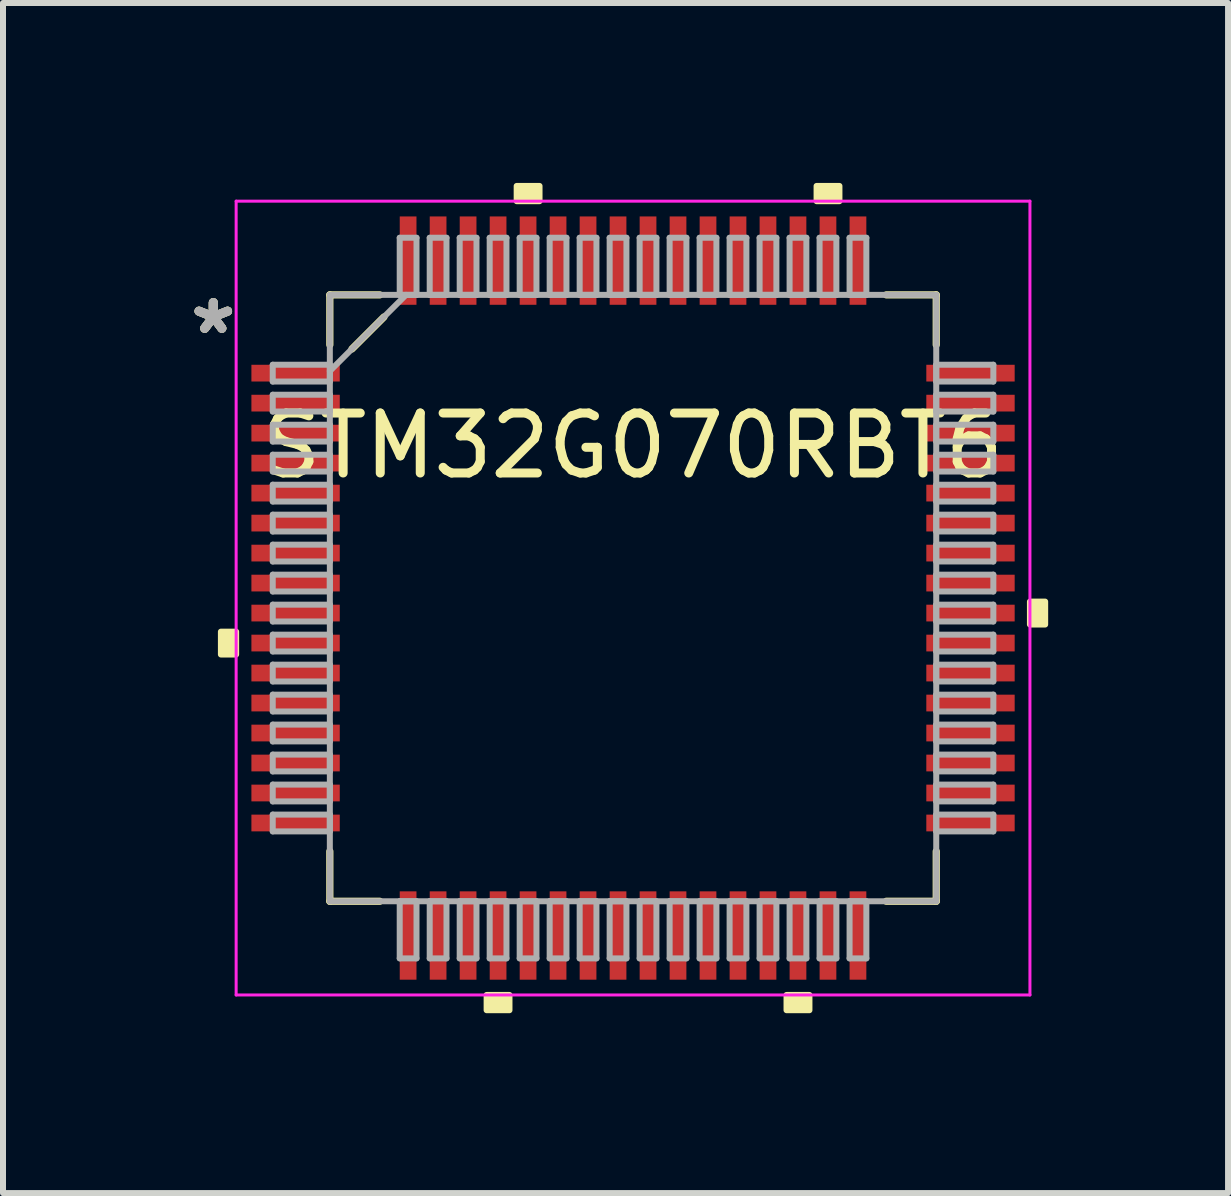
<source format=kicad_pcb>
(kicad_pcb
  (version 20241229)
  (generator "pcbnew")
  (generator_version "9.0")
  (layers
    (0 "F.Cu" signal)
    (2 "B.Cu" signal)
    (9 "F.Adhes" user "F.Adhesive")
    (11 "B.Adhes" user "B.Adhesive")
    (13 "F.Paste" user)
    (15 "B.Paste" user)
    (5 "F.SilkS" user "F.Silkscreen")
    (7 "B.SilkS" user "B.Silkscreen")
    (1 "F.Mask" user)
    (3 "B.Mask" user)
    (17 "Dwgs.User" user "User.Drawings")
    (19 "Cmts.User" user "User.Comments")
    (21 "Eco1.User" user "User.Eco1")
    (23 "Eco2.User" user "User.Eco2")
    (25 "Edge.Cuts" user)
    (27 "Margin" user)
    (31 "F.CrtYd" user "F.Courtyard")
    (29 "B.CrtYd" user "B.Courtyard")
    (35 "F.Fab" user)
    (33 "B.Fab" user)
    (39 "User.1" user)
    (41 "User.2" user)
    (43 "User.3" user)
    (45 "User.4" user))
  (footprint "STM32G070RBT6"
    (layer "F.Cu")
    (at 7.504 6.921)
    (property "Reference" "STM32G070RBT6" (at 0 -2.54 0) (layer "F.SilkS") (effects (font (size 1 1) (thickness 0.15))))
    (attr through_hole)
    (fp_line (start -5.055 -5.055) (end -5.055 -4.222) (stroke (width 0.12) (type solid)) (layer "F.SilkS"))
    (fp_line (start -5.055 4.222) (end -5.055 5.055) (stroke (width 0.12) (type solid)) (layer "F.SilkS"))
    (fp_line (start -5.055 5.055) (end -4.222 5.055) (stroke (width 0.12) (type solid)) (layer "F.SilkS"))
    (fp_line (start -4.686 -4.153) (end -4.153 -4.686) (stroke (width 0.12) (type solid)) (layer "F.SilkS"))
    (fp_line (start -4.222 -5.055) (end -5.055 -5.055) (stroke (width 0.12) (type solid)) (layer "F.SilkS"))
    (fp_line (start 4.222 5.055) (end 5.055 5.055) (stroke (width 0.12) (type solid)) (layer "F.SilkS"))
    (fp_line (start 5.055 -5.055) (end 4.222 -5.055) (stroke (width 0.12) (type solid)) (layer "F.SilkS"))
    (fp_line (start 5.055 -4.222) (end 5.055 -5.055) (stroke (width 0.12) (type solid)) (layer "F.SilkS"))
    (fp_line (start 5.055 5.055) (end 5.055 4.222) (stroke (width 0.12) (type solid)) (layer "F.SilkS"))
    (fp_poly (pts (xy -6.871 0.56) (xy -6.871 0.941) (xy -6.617 0.941) (xy -6.617 0.56)) (stroke (width 0.1) (type solid)) (fill yes) (layer "F.SilkS"))
    (fp_poly (pts (xy -2.441 6.617) (xy -2.441 6.871) (xy -2.06 6.871) (xy -2.06 6.617)) (stroke (width 0.1) (type solid)) (fill yes) (layer "F.SilkS"))
    (fp_poly (pts (xy -1.94 -6.617) (xy -1.94 -6.871) (xy -1.559 -6.871) (xy -1.559 -6.617)) (stroke (width 0.1) (type solid)) (fill yes) (layer "F.SilkS"))
    (fp_poly (pts (xy 2.559 6.617) (xy 2.559 6.871) (xy 2.941 6.871) (xy 2.941 6.617)) (stroke (width 0.1) (type solid)) (fill yes) (layer "F.SilkS"))
    (fp_poly (pts (xy 3.06 -6.617) (xy 3.06 -6.871) (xy 3.441 -6.871) (xy 3.441 -6.617)) (stroke (width 0.1) (type solid)) (fill yes) (layer "F.SilkS"))
    (fp_poly (pts (xy 6.871 0.059) (xy 6.871 0.441) (xy 6.617 0.441) (xy 6.617 0.059)) (stroke (width 0.1) (type solid)) (fill yes) (layer "F.SilkS"))
    (fp_line (start -6.617 -6.617) (end 6.617 -6.617) (stroke (width 0.05) (type solid)) (layer "F.CrtYd"))
    (fp_line (start -6.617 6.617) (end -6.617 -6.617) (stroke (width 0.05) (type solid)) (layer "F.CrtYd"))
    (fp_line (start 6.617 -6.617) (end 6.617 6.617) (stroke (width 0.05) (type solid)) (layer "F.CrtYd"))
    (fp_line (start 6.617 6.617) (end -6.617 6.617) (stroke (width 0.05) (type solid)) (layer "F.CrtYd"))
    (fp_line (start -6.007 -3.89) (end -6.007 -3.61) (stroke (width 0.1) (type solid)) (layer "F.Fab"))
    (fp_line (start -6.007 -3.61) (end -5.055 -3.61) (stroke (width 0.1) (type solid)) (layer "F.Fab"))
    (fp_line (start -6.007 -3.39) (end -6.007 -3.11) (stroke (width 0.1) (type solid)) (layer "F.Fab"))
    (fp_line (start -6.007 -3.11) (end -5.055 -3.11) (stroke (width 0.1) (type solid)) (layer "F.Fab"))
    (fp_line (start -6.007 -2.89) (end -6.007 -2.61) (stroke (width 0.1) (type solid)) (layer "F.Fab"))
    (fp_line (start -6.007 -2.61) (end -5.055 -2.61) (stroke (width 0.1) (type solid)) (layer "F.Fab"))
    (fp_line (start -6.007 -2.39) (end -6.007 -2.11) (stroke (width 0.1) (type solid)) (layer "F.Fab"))
    (fp_line (start -6.007 -2.11) (end -5.055 -2.11) (stroke (width 0.1) (type solid)) (layer "F.Fab"))
    (fp_line (start -6.007 -1.89) (end -6.007 -1.61) (stroke (width 0.1) (type solid)) (layer "F.Fab"))
    (fp_line (start -6.007 -1.61) (end -5.055 -1.61) (stroke (width 0.1) (type solid)) (layer "F.Fab"))
    (fp_line (start -6.007 -1.39) (end -6.007 -1.11) (stroke (width 0.1) (type solid)) (layer "F.Fab"))
    (fp_line (start -6.007 -1.11) (end -5.055 -1.11) (stroke (width 0.1) (type solid)) (layer "F.Fab"))
    (fp_line (start -6.007 -0.89) (end -6.007 -0.61) (stroke (width 0.1) (type solid)) (layer "F.Fab"))
    (fp_line (start -6.007 -0.61) (end -5.055 -0.61) (stroke (width 0.1) (type solid)) (layer "F.Fab"))
    (fp_line (start -6.007 -0.39) (end -6.007 -0.11) (stroke (width 0.1) (type solid)) (layer "F.Fab"))
    (fp_line (start -6.007 -0.11) (end -5.055 -0.11) (stroke (width 0.1) (type solid)) (layer "F.Fab"))
    (fp_line (start -6.007 0.11) (end -6.007 0.39) (stroke (width 0.1) (type solid)) (layer "F.Fab"))
    (fp_line (start -6.007 0.39) (end -5.055 0.39) (stroke (width 0.1) (type solid)) (layer "F.Fab"))
    (fp_line (start -6.007 0.61) (end -6.007 0.89) (stroke (width 0.1) (type solid)) (layer "F.Fab"))
    (fp_line (start -6.007 0.89) (end -5.055 0.89) (stroke (width 0.1) (type solid)) (layer "F.Fab"))
    (fp_line (start -6.007 1.11) (end -6.007 1.39) (stroke (width 0.1) (type solid)) (layer "F.Fab"))
    (fp_line (start -6.007 1.39) (end -5.055 1.39) (stroke (width 0.1) (type solid)) (layer "F.Fab"))
    (fp_line (start -6.007 1.61) (end -6.007 1.89) (stroke (width 0.1) (type solid)) (layer "F.Fab"))
    (fp_line (start -6.007 1.89) (end -5.055 1.89) (stroke (width 0.1) (type solid)) (layer "F.Fab"))
    (fp_line (start -6.007 2.11) (end -6.007 2.39) (stroke (width 0.1) (type solid)) (layer "F.Fab"))
    (fp_line (start -6.007 2.39) (end -5.055 2.39) (stroke (width 0.1) (type solid)) (layer "F.Fab"))
    (fp_line (start -6.007 2.61) (end -6.007 2.89) (stroke (width 0.1) (type solid)) (layer "F.Fab"))
    (fp_line (start -6.007 2.89) (end -5.055 2.89) (stroke (width 0.1) (type solid)) (layer "F.Fab"))
    (fp_line (start -6.007 3.11) (end -6.007 3.39) (stroke (width 0.1) (type solid)) (layer "F.Fab"))
    (fp_line (start -6.007 3.39) (end -5.055 3.39) (stroke (width 0.1) (type solid)) (layer "F.Fab"))
    (fp_line (start -6.007 3.61) (end -6.007 3.89) (stroke (width 0.1) (type solid)) (layer "F.Fab"))
    (fp_line (start -6.007 3.89) (end -5.055 3.89) (stroke (width 0.1) (type solid)) (layer "F.Fab"))
    (fp_line (start -5.055 -5.055) (end -5.055 -5.055) (stroke (width 0.1) (type solid)) (layer "F.Fab"))
    (fp_line (start -5.055 -5.055) (end -5.055 5.055) (stroke (width 0.1) (type solid)) (layer "F.Fab"))
    (fp_line (start -5.055 -3.89) (end -6.007 -3.89) (stroke (width 0.1) (type solid)) (layer "F.Fab"))
    (fp_line (start -5.055 -3.785) (end -3.785 -5.055) (stroke (width 0.1) (type solid)) (layer "F.Fab"))
    (fp_line (start -5.055 -3.61) (end -5.055 -3.89) (stroke (width 0.1) (type solid)) (layer "F.Fab"))
    (fp_line (start -5.055 -3.39) (end -6.007 -3.39) (stroke (width 0.1) (type solid)) (layer "F.Fab"))
    (fp_line (start -5.055 -3.11) (end -5.055 -3.39) (stroke (width 0.1) (type solid)) (layer "F.Fab"))
    (fp_line (start -5.055 -2.89) (end -6.007 -2.89) (stroke (width 0.1) (type solid)) (layer "F.Fab"))
    (fp_line (start -5.055 -2.61) (end -5.055 -2.89) (stroke (width 0.1) (type solid)) (layer "F.Fab"))
    (fp_line (start -5.055 -2.39) (end -6.007 -2.39) (stroke (width 0.1) (type solid)) (layer "F.Fab"))
    (fp_line (start -5.055 -2.11) (end -5.055 -2.39) (stroke (width 0.1) (type solid)) (layer "F.Fab"))
    (fp_line (start -5.055 -1.89) (end -6.007 -1.89) (stroke (width 0.1) (type solid)) (layer "F.Fab"))
    (fp_line (start -5.055 -1.61) (end -5.055 -1.89) (stroke (width 0.1) (type solid)) (layer "F.Fab"))
    (fp_line (start -5.055 -1.39) (end -6.007 -1.39) (stroke (width 0.1) (type solid)) (layer "F.Fab"))
    (fp_line (start -5.055 -1.11) (end -5.055 -1.39) (stroke (width 0.1) (type solid)) (layer "F.Fab"))
    (fp_line (start -5.055 -0.89) (end -6.007 -0.89) (stroke (width 0.1) (type solid)) (layer "F.Fab"))
    (fp_line (start -5.055 -0.61) (end -5.055 -0.89) (stroke (width 0.1) (type solid)) (layer "F.Fab"))
    (fp_line (start -5.055 -0.39) (end -6.007 -0.39) (stroke (width 0.1) (type solid)) (layer "F.Fab"))
    (fp_line (start -5.055 -0.11) (end -5.055 -0.39) (stroke (width 0.1) (type solid)) (layer "F.Fab"))
    (fp_line (start -5.055 0.11) (end -6.007 0.11) (stroke (width 0.1) (type solid)) (layer "F.Fab"))
    (fp_line (start -5.055 0.39) (end -5.055 0.11) (stroke (width 0.1) (type solid)) (layer "F.Fab"))
    (fp_line (start -5.055 0.61) (end -6.007 0.61) (stroke (width 0.1) (type solid)) (layer "F.Fab"))
    (fp_line (start -5.055 0.89) (end -5.055 0.61) (stroke (width 0.1) (type solid)) (layer "F.Fab"))
    (fp_line (start -5.055 1.11) (end -6.007 1.11) (stroke (width 0.1) (type solid)) (layer "F.Fab"))
    (fp_line (start -5.055 1.39) (end -5.055 1.11) (stroke (width 0.1) (type solid)) (layer "F.Fab"))
    (fp_line (start -5.055 1.61) (end -6.007 1.61) (stroke (width 0.1) (type solid)) (layer "F.Fab"))
    (fp_line (start -5.055 1.89) (end -5.055 1.61) (stroke (width 0.1) (type solid)) (layer "F.Fab"))
    (fp_line (start -5.055 2.11) (end -6.007 2.11) (stroke (width 0.1) (type solid)) (layer "F.Fab"))
    (fp_line (start -5.055 2.39) (end -5.055 2.11) (stroke (width 0.1) (type solid)) (layer "F.Fab"))
    (fp_line (start -5.055 2.61) (end -6.007 2.61) (stroke (width 0.1) (type solid)) (layer "F.Fab"))
    (fp_line (start -5.055 2.89) (end -5.055 2.61) (stroke (width 0.1) (type solid)) (layer "F.Fab"))
    (fp_line (start -5.055 3.11) (end -6.007 3.11) (stroke (width 0.1) (type solid)) (layer "F.Fab"))
    (fp_line (start -5.055 3.39) (end -5.055 3.11) (stroke (width 0.1) (type solid)) (layer "F.Fab"))
    (fp_line (start -5.055 3.61) (end -6.007 3.61) (stroke (width 0.1) (type solid)) (layer "F.Fab"))
    (fp_line (start -5.055 3.89) (end -5.055 3.61) (stroke (width 0.1) (type solid)) (layer "F.Fab"))
    (fp_line (start -5.055 5.055) (end -5.055 5.055) (stroke (width 0.1) (type solid)) (layer "F.Fab"))
    (fp_line (start -5.055 5.055) (end 5.055 5.055) (stroke (width 0.1) (type solid)) (layer "F.Fab"))
    (fp_line (start -3.89 -6.007) (end -3.89 -5.055) (stroke (width 0.1) (type solid)) (layer "F.Fab"))
    (fp_line (start -3.89 -5.055) (end -3.61 -5.055) (stroke (width 0.1) (type solid)) (layer "F.Fab"))
    (fp_line (start -3.89 5.055) (end -3.89 6.007) (stroke (width 0.1) (type solid)) (layer "F.Fab"))
    (fp_line (start -3.89 6.007) (end -3.61 6.007) (stroke (width 0.1) (type solid)) (layer "F.Fab"))
    (fp_line (start -3.61 -6.007) (end -3.89 -6.007) (stroke (width 0.1) (type solid)) (layer "F.Fab"))
    (fp_line (start -3.61 -5.055) (end -3.61 -6.007) (stroke (width 0.1) (type solid)) (layer "F.Fab"))
    (fp_line (start -3.61 5.055) (end -3.89 5.055) (stroke (width 0.1) (type solid)) (layer "F.Fab"))
    (fp_line (start -3.61 6.007) (end -3.61 5.055) (stroke (width 0.1) (type solid)) (layer "F.Fab"))
    (fp_line (start -3.39 -6.007) (end -3.39 -5.055) (stroke (width 0.1) (type solid)) (layer "F.Fab"))
    (fp_line (start -3.39 -5.055) (end -3.11 -5.055) (stroke (width 0.1) (type solid)) (layer "F.Fab"))
    (fp_line (start -3.39 5.055) (end -3.39 6.007) (stroke (width 0.1) (type solid)) (layer "F.Fab"))
    (fp_line (start -3.39 6.007) (end -3.11 6.007) (stroke (width 0.1) (type solid)) (layer "F.Fab"))
    (fp_line (start -3.11 -6.007) (end -3.39 -6.007) (stroke (width 0.1) (type solid)) (layer "F.Fab"))
    (fp_line (start -3.11 -5.055) (end -3.11 -6.007) (stroke (width 0.1) (type solid)) (layer "F.Fab"))
    (fp_line (start -3.11 5.055) (end -3.39 5.055) (stroke (width 0.1) (type solid)) (layer "F.Fab"))
    (fp_line (start -3.11 6.007) (end -3.11 5.055) (stroke (width 0.1) (type solid)) (layer "F.Fab"))
    (fp_line (start -2.89 -6.007) (end -2.89 -5.055) (stroke (width 0.1) (type solid)) (layer "F.Fab"))
    (fp_line (start -2.89 -5.055) (end -2.61 -5.055) (stroke (width 0.1) (type solid)) (layer "F.Fab"))
    (fp_line (start -2.89 5.055) (end -2.89 6.007) (stroke (width 0.1) (type solid)) (layer "F.Fab"))
    (fp_line (start -2.89 6.007) (end -2.61 6.007) (stroke (width 0.1) (type solid)) (layer "F.Fab"))
    (fp_line (start -2.61 -6.007) (end -2.89 -6.007) (stroke (width 0.1) (type solid)) (layer "F.Fab"))
    (fp_line (start -2.61 -5.055) (end -2.61 -6.007) (stroke (width 0.1) (type solid)) (layer "F.Fab"))
    (fp_line (start -2.61 5.055) (end -2.89 5.055) (stroke (width 0.1) (type solid)) (layer "F.Fab"))
    (fp_line (start -2.61 6.007) (end -2.61 5.055) (stroke (width 0.1) (type solid)) (layer "F.Fab"))
    (fp_line (start -2.39 -6.007) (end -2.39 -5.055) (stroke (width 0.1) (type solid)) (layer "F.Fab"))
    (fp_line (start -2.39 -5.055) (end -2.11 -5.055) (stroke (width 0.1) (type solid)) (layer "F.Fab"))
    (fp_line (start -2.39 5.055) (end -2.39 6.007) (stroke (width 0.1) (type solid)) (layer "F.Fab"))
    (fp_line (start -2.39 6.007) (end -2.11 6.007) (stroke (width 0.1) (type solid)) (layer "F.Fab"))
    (fp_line (start -2.11 -6.007) (end -2.39 -6.007) (stroke (width 0.1) (type solid)) (layer "F.Fab"))
    (fp_line (start -2.11 -5.055) (end -2.11 -6.007) (stroke (width 0.1) (type solid)) (layer "F.Fab"))
    (fp_line (start -2.11 5.055) (end -2.39 5.055) (stroke (width 0.1) (type solid)) (layer "F.Fab"))
    (fp_line (start -2.11 6.007) (end -2.11 5.055) (stroke (width 0.1) (type solid)) (layer "F.Fab"))
    (fp_line (start -1.89 -6.007) (end -1.89 -5.055) (stroke (width 0.1) (type solid)) (layer "F.Fab"))
    (fp_line (start -1.89 -5.055) (end -1.61 -5.055) (stroke (width 0.1) (type solid)) (layer "F.Fab"))
    (fp_line (start -1.89 5.055) (end -1.89 6.007) (stroke (width 0.1) (type solid)) (layer "F.Fab"))
    (fp_line (start -1.89 6.007) (end -1.61 6.007) (stroke (width 0.1) (type solid)) (layer "F.Fab"))
    (fp_line (start -1.61 -6.007) (end -1.89 -6.007) (stroke (width 0.1) (type solid)) (layer "F.Fab"))
    (fp_line (start -1.61 -5.055) (end -1.61 -6.007) (stroke (width 0.1) (type solid)) (layer "F.Fab"))
    (fp_line (start -1.61 5.055) (end -1.89 5.055) (stroke (width 0.1) (type solid)) (layer "F.Fab"))
    (fp_line (start -1.61 6.007) (end -1.61 5.055) (stroke (width 0.1) (type solid)) (layer "F.Fab"))
    (fp_line (start -1.39 -6.007) (end -1.39 -5.055) (stroke (width 0.1) (type solid)) (layer "F.Fab"))
    (fp_line (start -1.39 -5.055) (end -1.11 -5.055) (stroke (width 0.1) (type solid)) (layer "F.Fab"))
    (fp_line (start -1.39 5.055) (end -1.39 6.007) (stroke (width 0.1) (type solid)) (layer "F.Fab"))
    (fp_line (start -1.39 6.007) (end -1.11 6.007) (stroke (width 0.1) (type solid)) (layer "F.Fab"))
    (fp_line (start -1.11 -6.007) (end -1.39 -6.007) (stroke (width 0.1) (type solid)) (layer "F.Fab"))
    (fp_line (start -1.11 -5.055) (end -1.11 -6.007) (stroke (width 0.1) (type solid)) (layer "F.Fab"))
    (fp_line (start -1.11 5.055) (end -1.39 5.055) (stroke (width 0.1) (type solid)) (layer "F.Fab"))
    (fp_line (start -1.11 6.007) (end -1.11 5.055) (stroke (width 0.1) (type solid)) (layer "F.Fab"))
    (fp_line (start -0.89 -6.007) (end -0.89 -5.055) (stroke (width 0.1) (type solid)) (layer "F.Fab"))
    (fp_line (start -0.89 -5.055) (end -0.61 -5.055) (stroke (width 0.1) (type solid)) (layer "F.Fab"))
    (fp_line (start -0.89 5.055) (end -0.89 6.007) (stroke (width 0.1) (type solid)) (layer "F.Fab"))
    (fp_line (start -0.89 6.007) (end -0.61 6.007) (stroke (width 0.1) (type solid)) (layer "F.Fab"))
    (fp_line (start -0.61 -6.007) (end -0.89 -6.007) (stroke (width 0.1) (type solid)) (layer "F.Fab"))
    (fp_line (start -0.61 -5.055) (end -0.61 -6.007) (stroke (width 0.1) (type solid)) (layer "F.Fab"))
    (fp_line (start -0.61 5.055) (end -0.89 5.055) (stroke (width 0.1) (type solid)) (layer "F.Fab"))
    (fp_line (start -0.61 6.007) (end -0.61 5.055) (stroke (width 0.1) (type solid)) (layer "F.Fab"))
    (fp_line (start -0.39 -6.007) (end -0.39 -5.055) (stroke (width 0.1) (type solid)) (layer "F.Fab"))
    (fp_line (start -0.39 -5.055) (end -0.11 -5.055) (stroke (width 0.1) (type solid)) (layer "F.Fab"))
    (fp_line (start -0.39 5.055) (end -0.39 6.007) (stroke (width 0.1) (type solid)) (layer "F.Fab"))
    (fp_line (start -0.39 6.007) (end -0.11 6.007) (stroke (width 0.1) (type solid)) (layer "F.Fab"))
    (fp_line (start -0.11 -6.007) (end -0.39 -6.007) (stroke (width 0.1) (type solid)) (layer "F.Fab"))
    (fp_line (start -0.11 -5.055) (end -0.11 -6.007) (stroke (width 0.1) (type solid)) (layer "F.Fab"))
    (fp_line (start -0.11 5.055) (end -0.39 5.055) (stroke (width 0.1) (type solid)) (layer "F.Fab"))
    (fp_line (start -0.11 6.007) (end -0.11 5.055) (stroke (width 0.1) (type solid)) (layer "F.Fab"))
    (fp_line (start 0.11 -6.007) (end 0.11 -5.055) (stroke (width 0.1) (type solid)) (layer "F.Fab"))
    (fp_line (start 0.11 -5.055) (end 0.39 -5.055) (stroke (width 0.1) (type solid)) (layer "F.Fab"))
    (fp_line (start 0.11 5.055) (end 0.11 6.007) (stroke (width 0.1) (type solid)) (layer "F.Fab"))
    (fp_line (start 0.11 6.007) (end 0.39 6.007) (stroke (width 0.1) (type solid)) (layer "F.Fab"))
    (fp_line (start 0.39 -6.007) (end 0.11 -6.007) (stroke (width 0.1) (type solid)) (layer "F.Fab"))
    (fp_line (start 0.39 -5.055) (end 0.39 -6.007) (stroke (width 0.1) (type solid)) (layer "F.Fab"))
    (fp_line (start 0.39 5.055) (end 0.11 5.055) (stroke (width 0.1) (type solid)) (layer "F.Fab"))
    (fp_line (start 0.39 6.007) (end 0.39 5.055) (stroke (width 0.1) (type solid)) (layer "F.Fab"))
    (fp_line (start 0.61 -6.007) (end 0.61 -5.055) (stroke (width 0.1) (type solid)) (layer "F.Fab"))
    (fp_line (start 0.61 -5.055) (end 0.89 -5.055) (stroke (width 0.1) (type solid)) (layer "F.Fab"))
    (fp_line (start 0.61 5.055) (end 0.61 6.007) (stroke (width 0.1) (type solid)) (layer "F.Fab"))
    (fp_line (start 0.61 6.007) (end 0.89 6.007) (stroke (width 0.1) (type solid)) (layer "F.Fab"))
    (fp_line (start 0.89 -6.007) (end 0.61 -6.007) (stroke (width 0.1) (type solid)) (layer "F.Fab"))
    (fp_line (start 0.89 -5.055) (end 0.89 -6.007) (stroke (width 0.1) (type solid)) (layer "F.Fab"))
    (fp_line (start 0.89 5.055) (end 0.61 5.055) (stroke (width 0.1) (type solid)) (layer "F.Fab"))
    (fp_line (start 0.89 6.007) (end 0.89 5.055) (stroke (width 0.1) (type solid)) (layer "F.Fab"))
    (fp_line (start 1.11 -6.007) (end 1.11 -5.055) (stroke (width 0.1) (type solid)) (layer "F.Fab"))
    (fp_line (start 1.11 -5.055) (end 1.39 -5.055) (stroke (width 0.1) (type solid)) (layer "F.Fab"))
    (fp_line (start 1.11 5.055) (end 1.11 6.007) (stroke (width 0.1) (type solid)) (layer "F.Fab"))
    (fp_line (start 1.11 6.007) (end 1.39 6.007) (stroke (width 0.1) (type solid)) (layer "F.Fab"))
    (fp_line (start 1.39 -6.007) (end 1.11 -6.007) (stroke (width 0.1) (type solid)) (layer "F.Fab"))
    (fp_line (start 1.39 -5.055) (end 1.39 -6.007) (stroke (width 0.1) (type solid)) (layer "F.Fab"))
    (fp_line (start 1.39 5.055) (end 1.11 5.055) (stroke (width 0.1) (type solid)) (layer "F.Fab"))
    (fp_line (start 1.39 6.007) (end 1.39 5.055) (stroke (width 0.1) (type solid)) (layer "F.Fab"))
    (fp_line (start 1.61 -6.007) (end 1.61 -5.055) (stroke (width 0.1) (type solid)) (layer "F.Fab"))
    (fp_line (start 1.61 -5.055) (end 1.89 -5.055) (stroke (width 0.1) (type solid)) (layer "F.Fab"))
    (fp_line (start 1.61 5.055) (end 1.61 6.007) (stroke (width 0.1) (type solid)) (layer "F.Fab"))
    (fp_line (start 1.61 6.007) (end 1.89 6.007) (stroke (width 0.1) (type solid)) (layer "F.Fab"))
    (fp_line (start 1.89 -6.007) (end 1.61 -6.007) (stroke (width 0.1) (type solid)) (layer "F.Fab"))
    (fp_line (start 1.89 -5.055) (end 1.89 -6.007) (stroke (width 0.1) (type solid)) (layer "F.Fab"))
    (fp_line (start 1.89 5.055) (end 1.61 5.055) (stroke (width 0.1) (type solid)) (layer "F.Fab"))
    (fp_line (start 1.89 6.007) (end 1.89 5.055) (stroke (width 0.1) (type solid)) (layer "F.Fab"))
    (fp_line (start 2.11 -6.007) (end 2.11 -5.055) (stroke (width 0.1) (type solid)) (layer "F.Fab"))
    (fp_line (start 2.11 -5.055) (end 2.39 -5.055) (stroke (width 0.1) (type solid)) (layer "F.Fab"))
    (fp_line (start 2.11 5.055) (end 2.11 6.007) (stroke (width 0.1) (type solid)) (layer "F.Fab"))
    (fp_line (start 2.11 6.007) (end 2.39 6.007) (stroke (width 0.1) (type solid)) (layer "F.Fab"))
    (fp_line (start 2.39 -6.007) (end 2.11 -6.007) (stroke (width 0.1) (type solid)) (layer "F.Fab"))
    (fp_line (start 2.39 -5.055) (end 2.39 -6.007) (stroke (width 0.1) (type solid)) (layer "F.Fab"))
    (fp_line (start 2.39 5.055) (end 2.11 5.055) (stroke (width 0.1) (type solid)) (layer "F.Fab"))
    (fp_line (start 2.39 6.007) (end 2.39 5.055) (stroke (width 0.1) (type solid)) (layer "F.Fab"))
    (fp_line (start 2.61 -6.007) (end 2.61 -5.055) (stroke (width 0.1) (type solid)) (layer "F.Fab"))
    (fp_line (start 2.61 -5.055) (end 2.89 -5.055) (stroke (width 0.1) (type solid)) (layer "F.Fab"))
    (fp_line (start 2.61 5.055) (end 2.61 6.007) (stroke (width 0.1) (type solid)) (layer "F.Fab"))
    (fp_line (start 2.61 6.007) (end 2.89 6.007) (stroke (width 0.1) (type solid)) (layer "F.Fab"))
    (fp_line (start 2.89 -6.007) (end 2.61 -6.007) (stroke (width 0.1) (type solid)) (layer "F.Fab"))
    (fp_line (start 2.89 -5.055) (end 2.89 -6.007) (stroke (width 0.1) (type solid)) (layer "F.Fab"))
    (fp_line (start 2.89 5.055) (end 2.61 5.055) (stroke (width 0.1) (type solid)) (layer "F.Fab"))
    (fp_line (start 2.89 6.007) (end 2.89 5.055) (stroke (width 0.1) (type solid)) (layer "F.Fab"))
    (fp_line (start 3.11 -6.007) (end 3.11 -5.055) (stroke (width 0.1) (type solid)) (layer "F.Fab"))
    (fp_line (start 3.11 -5.055) (end 3.39 -5.055) (stroke (width 0.1) (type solid)) (layer "F.Fab"))
    (fp_line (start 3.11 5.055) (end 3.11 6.007) (stroke (width 0.1) (type solid)) (layer "F.Fab"))
    (fp_line (start 3.11 6.007) (end 3.39 6.007) (stroke (width 0.1) (type solid)) (layer "F.Fab"))
    (fp_line (start 3.39 -6.007) (end 3.11 -6.007) (stroke (width 0.1) (type solid)) (layer "F.Fab"))
    (fp_line (start 3.39 -5.055) (end 3.39 -6.007) (stroke (width 0.1) (type solid)) (layer "F.Fab"))
    (fp_line (start 3.39 5.055) (end 3.11 5.055) (stroke (width 0.1) (type solid)) (layer "F.Fab"))
    (fp_line (start 3.39 6.007) (end 3.39 5.055) (stroke (width 0.1) (type solid)) (layer "F.Fab"))
    (fp_line (start 3.61 -6.007) (end 3.61 -5.055) (stroke (width 0.1) (type solid)) (layer "F.Fab"))
    (fp_line (start 3.61 -5.055) (end 3.89 -5.055) (stroke (width 0.1) (type solid)) (layer "F.Fab"))
    (fp_line (start 3.61 5.055) (end 3.61 6.007) (stroke (width 0.1) (type solid)) (layer "F.Fab"))
    (fp_line (start 3.61 6.007) (end 3.89 6.007) (stroke (width 0.1) (type solid)) (layer "F.Fab"))
    (fp_line (start 3.89 -6.007) (end 3.61 -6.007) (stroke (width 0.1) (type solid)) (layer "F.Fab"))
    (fp_line (start 3.89 -5.055) (end 3.89 -6.007) (stroke (width 0.1) (type solid)) (layer "F.Fab"))
    (fp_line (start 3.89 5.055) (end 3.61 5.055) (stroke (width 0.1) (type solid)) (layer "F.Fab"))
    (fp_line (start 3.89 6.007) (end 3.89 5.055) (stroke (width 0.1) (type solid)) (layer "F.Fab"))
    (fp_line (start 5.055 -5.055) (end -5.055 -5.055) (stroke (width 0.1) (type solid)) (layer "F.Fab"))
    (fp_line (start 5.055 -5.055) (end 5.055 -5.055) (stroke (width 0.1) (type solid)) (layer "F.Fab"))
    (fp_line (start 5.055 -3.89) (end 5.055 -3.61) (stroke (width 0.1) (type solid)) (layer "F.Fab"))
    (fp_line (start 5.055 -3.61) (end 6.007 -3.61) (stroke (width 0.1) (type solid)) (layer "F.Fab"))
    (fp_line (start 5.055 -3.39) (end 5.055 -3.11) (stroke (width 0.1) (type solid)) (layer "F.Fab"))
    (fp_line (start 5.055 -3.11) (end 6.007 -3.11) (stroke (width 0.1) (type solid)) (layer "F.Fab"))
    (fp_line (start 5.055 -2.89) (end 5.055 -2.61) (stroke (width 0.1) (type solid)) (layer "F.Fab"))
    (fp_line (start 5.055 -2.61) (end 6.007 -2.61) (stroke (width 0.1) (type solid)) (layer "F.Fab"))
    (fp_line (start 5.055 -2.39) (end 5.055 -2.11) (stroke (width 0.1) (type solid)) (layer "F.Fab"))
    (fp_line (start 5.055 -2.11) (end 6.007 -2.11) (stroke (width 0.1) (type solid)) (layer "F.Fab"))
    (fp_line (start 5.055 -1.89) (end 5.055 -1.61) (stroke (width 0.1) (type solid)) (layer "F.Fab"))
    (fp_line (start 5.055 -1.61) (end 6.007 -1.61) (stroke (width 0.1) (type solid)) (layer "F.Fab"))
    (fp_line (start 5.055 -1.39) (end 5.055 -1.11) (stroke (width 0.1) (type solid)) (layer "F.Fab"))
    (fp_line (start 5.055 -1.11) (end 6.007 -1.11) (stroke (width 0.1) (type solid)) (layer "F.Fab"))
    (fp_line (start 5.055 -0.89) (end 5.055 -0.61) (stroke (width 0.1) (type solid)) (layer "F.Fab"))
    (fp_line (start 5.055 -0.61) (end 6.007 -0.61) (stroke (width 0.1) (type solid)) (layer "F.Fab"))
    (fp_line (start 5.055 -0.39) (end 5.055 -0.11) (stroke (width 0.1) (type solid)) (layer "F.Fab"))
    (fp_line (start 5.055 -0.11) (end 6.007 -0.11) (stroke (width 0.1) (type solid)) (layer "F.Fab"))
    (fp_line (start 5.055 0.11) (end 5.055 0.39) (stroke (width 0.1) (type solid)) (layer "F.Fab"))
    (fp_line (start 5.055 0.39) (end 6.007 0.39) (stroke (width 0.1) (type solid)) (layer "F.Fab"))
    (fp_line (start 5.055 0.61) (end 5.055 0.89) (stroke (width 0.1) (type solid)) (layer "F.Fab"))
    (fp_line (start 5.055 0.89) (end 6.007 0.89) (stroke (width 0.1) (type solid)) (layer "F.Fab"))
    (fp_line (start 5.055 1.11) (end 5.055 1.39) (stroke (width 0.1) (type solid)) (layer "F.Fab"))
    (fp_line (start 5.055 1.39) (end 6.007 1.39) (stroke (width 0.1) (type solid)) (layer "F.Fab"))
    (fp_line (start 5.055 1.61) (end 5.055 1.89) (stroke (width 0.1) (type solid)) (layer "F.Fab"))
    (fp_line (start 5.055 1.89) (end 6.007 1.89) (stroke (width 0.1) (type solid)) (layer "F.Fab"))
    (fp_line (start 5.055 2.11) (end 5.055 2.39) (stroke (width 0.1) (type solid)) (layer "F.Fab"))
    (fp_line (start 5.055 2.39) (end 6.007 2.39) (stroke (width 0.1) (type solid)) (layer "F.Fab"))
    (fp_line (start 5.055 2.61) (end 5.055 2.89) (stroke (width 0.1) (type solid)) (layer "F.Fab"))
    (fp_line (start 5.055 2.89) (end 6.007 2.89) (stroke (width 0.1) (type solid)) (layer "F.Fab"))
    (fp_line (start 5.055 3.11) (end 5.055 3.39) (stroke (width 0.1) (type solid)) (layer "F.Fab"))
    (fp_line (start 5.055 3.39) (end 6.007 3.39) (stroke (width 0.1) (type solid)) (layer "F.Fab"))
    (fp_line (start 5.055 3.61) (end 5.055 3.89) (stroke (width 0.1) (type solid)) (layer "F.Fab"))
    (fp_line (start 5.055 3.89) (end 6.007 3.89) (stroke (width 0.1) (type solid)) (layer "F.Fab"))
    (fp_line (start 5.055 5.055) (end 5.055 -5.055) (stroke (width 0.1) (type solid)) (layer "F.Fab"))
    (fp_line (start 5.055 5.055) (end 5.055 5.055) (stroke (width 0.1) (type solid)) (layer "F.Fab"))
    (fp_line (start 6.007 -3.89) (end 5.055 -3.89) (stroke (width 0.1) (type solid)) (layer "F.Fab"))
    (fp_line (start 6.007 -3.61) (end 6.007 -3.89) (stroke (width 0.1) (type solid)) (layer "F.Fab"))
    (fp_line (start 6.007 -3.39) (end 5.055 -3.39) (stroke (width 0.1) (type solid)) (layer "F.Fab"))
    (fp_line (start 6.007 -3.11) (end 6.007 -3.39) (stroke (width 0.1) (type solid)) (layer "F.Fab"))
    (fp_line (start 6.007 -2.89) (end 5.055 -2.89) (stroke (width 0.1) (type solid)) (layer "F.Fab"))
    (fp_line (start 6.007 -2.61) (end 6.007 -2.89) (stroke (width 0.1) (type solid)) (layer "F.Fab"))
    (fp_line (start 6.007 -2.39) (end 5.055 -2.39) (stroke (width 0.1) (type solid)) (layer "F.Fab"))
    (fp_line (start 6.007 -2.11) (end 6.007 -2.39) (stroke (width 0.1) (type solid)) (layer "F.Fab"))
    (fp_line (start 6.007 -1.89) (end 5.055 -1.89) (stroke (width 0.1) (type solid)) (layer "F.Fab"))
    (fp_line (start 6.007 -1.61) (end 6.007 -1.89) (stroke (width 0.1) (type solid)) (layer "F.Fab"))
    (fp_line (start 6.007 -1.39) (end 5.055 -1.39) (stroke (width 0.1) (type solid)) (layer "F.Fab"))
    (fp_line (start 6.007 -1.11) (end 6.007 -1.39) (stroke (width 0.1) (type solid)) (layer "F.Fab"))
    (fp_line (start 6.007 -0.89) (end 5.055 -0.89) (stroke (width 0.1) (type solid)) (layer "F.Fab"))
    (fp_line (start 6.007 -0.61) (end 6.007 -0.89) (stroke (width 0.1) (type solid)) (layer "F.Fab"))
    (fp_line (start 6.007 -0.39) (end 5.055 -0.39) (stroke (width 0.1) (type solid)) (layer "F.Fab"))
    (fp_line (start 6.007 -0.11) (end 6.007 -0.39) (stroke (width 0.1) (type solid)) (layer "F.Fab"))
    (fp_line (start 6.007 0.11) (end 5.055 0.11) (stroke (width 0.1) (type solid)) (layer "F.Fab"))
    (fp_line (start 6.007 0.39) (end 6.007 0.11) (stroke (width 0.1) (type solid)) (layer "F.Fab"))
    (fp_line (start 6.007 0.61) (end 5.055 0.61) (stroke (width 0.1) (type solid)) (layer "F.Fab"))
    (fp_line (start 6.007 0.89) (end 6.007 0.61) (stroke (width 0.1) (type solid)) (layer "F.Fab"))
    (fp_line (start 6.007 1.11) (end 5.055 1.11) (stroke (width 0.1) (type solid)) (layer "F.Fab"))
    (fp_line (start 6.007 1.39) (end 6.007 1.11) (stroke (width 0.1) (type solid)) (layer "F.Fab"))
    (fp_line (start 6.007 1.61) (end 5.055 1.61) (stroke (width 0.1) (type solid)) (layer "F.Fab"))
    (fp_line (start 6.007 1.89) (end 6.007 1.61) (stroke (width 0.1) (type solid)) (layer "F.Fab"))
    (fp_line (start 6.007 2.11) (end 5.055 2.11) (stroke (width 0.1) (type solid)) (layer "F.Fab"))
    (fp_line (start 6.007 2.39) (end 6.007 2.11) (stroke (width 0.1) (type solid)) (layer "F.Fab"))
    (fp_line (start 6.007 2.61) (end 5.055 2.61) (stroke (width 0.1) (type solid)) (layer "F.Fab"))
    (fp_line (start 6.007 2.89) (end 6.007 2.61) (stroke (width 0.1) (type solid)) (layer "F.Fab"))
    (fp_line (start 6.007 3.11) (end 5.055 3.11) (stroke (width 0.1) (type solid)) (layer "F.Fab"))
    (fp_line (start 6.007 3.39) (end 6.007 3.11) (stroke (width 0.1) (type solid)) (layer "F.Fab"))
    (fp_line (start 6.007 3.61) (end 5.055 3.61) (stroke (width 0.1) (type solid)) (layer "F.Fab"))
    (fp_line (start 6.007 3.89) (end 6.007 3.61) (stroke (width 0.1) (type solid)) (layer "F.Fab"))
    (fp_text user "*" (at -6.998 -4.381 0) (layer "F.SilkS") (effects (font (size 1 1) (thickness 0.15))))
    (fp_text user "*" (at -6.998 -4.381 0) (layer "F.SilkS") (effects (font (size 1 1) (thickness 0.15))))
    (fp_text user "*" (at -6.998 -4.381 0) (layer "F.Fab") (effects (font (size 1 1) (thickness 0.15))))
    (fp_text user "*" (at -6.998 -4.381 0) (layer "F.Fab") (effects (font (size 1 1) (thickness 0.15))))
    (pad "1" smd rect (at -5.626 -3.75 90) (size 0.279 1.473) (layers "F.Cu" "F.Mask" "F.Paste"))
    (pad "2" smd rect (at -5.626 -3.25 90) (size 0.279 1.473) (layers "F.Cu" "F.Mask" "F.Paste"))
    (pad "3" smd rect (at -5.626 -2.75 90) (size 0.279 1.473) (layers "F.Cu" "F.Mask" "F.Paste"))
    (pad "4" smd rect (at -5.626 -2.25 90) (size 0.279 1.473) (layers "F.Cu" "F.Mask" "F.Paste"))
    (pad "5" smd rect (at -5.626 -1.75 90) (size 0.279 1.473) (layers "F.Cu" "F.Mask" "F.Paste"))
    (pad "6" smd rect (at -5.626 -1.25 90) (size 0.279 1.473) (layers "F.Cu" "F.Mask" "F.Paste"))
    (pad "7" smd rect (at -5.626 -0.75 90) (size 0.279 1.473) (layers "F.Cu" "F.Mask" "F.Paste"))
    (pad "8" smd rect (at -5.626 -0.25 90) (size 0.279 1.473) (layers "F.Cu" "F.Mask" "F.Paste"))
    (pad "9" smd rect (at -5.626 0.25 90) (size 0.279 1.473) (layers "F.Cu" "F.Mask" "F.Paste"))
    (pad "10" smd rect (at -5.626 0.75 90) (size 0.279 1.473) (layers "F.Cu" "F.Mask" "F.Paste"))
    (pad "11" smd rect (at -5.626 1.25 90) (size 0.279 1.473) (layers "F.Cu" "F.Mask" "F.Paste"))
    (pad "12" smd rect (at -5.626 1.75 90) (size 0.279 1.473) (layers "F.Cu" "F.Mask" "F.Paste"))
    (pad "13" smd rect (at -5.626 2.25 90) (size 0.279 1.473) (layers "F.Cu" "F.Mask" "F.Paste"))
    (pad "14" smd rect (at -5.626 2.75 90) (size 0.279 1.473) (layers "F.Cu" "F.Mask" "F.Paste"))
    (pad "15" smd rect (at -5.626 3.25 90) (size 0.279 1.473) (layers "F.Cu" "F.Mask" "F.Paste"))
    (pad "16" smd rect (at -5.626 3.75 90) (size 0.279 1.473) (layers "F.Cu" "F.Mask" "F.Paste"))
    (pad "17" smd rect (at -3.75 5.626) (size 0.279 1.473) (layers "F.Cu" "F.Mask" "F.Paste"))
    (pad "18" smd rect (at -3.25 5.626) (size 0.279 1.473) (layers "F.Cu" "F.Mask" "F.Paste"))
    (pad "19" smd rect (at -2.75 5.626) (size 0.279 1.473) (layers "F.Cu" "F.Mask" "F.Paste"))
    (pad "20" smd rect (at -2.25 5.626) (size 0.279 1.473) (layers "F.Cu" "F.Mask" "F.Paste"))
    (pad "21" smd rect (at -1.75 5.626) (size 0.279 1.473) (layers "F.Cu" "F.Mask" "F.Paste"))
    (pad "22" smd rect (at -1.25 5.626) (size 0.279 1.473) (layers "F.Cu" "F.Mask" "F.Paste"))
    (pad "23" smd rect (at -0.75 5.626) (size 0.279 1.473) (layers "F.Cu" "F.Mask" "F.Paste"))
    (pad "24" smd rect (at -0.25 5.626) (size 0.279 1.473) (layers "F.Cu" "F.Mask" "F.Paste"))
    (pad "25" smd rect (at 0.25 5.626) (size 0.279 1.473) (layers "F.Cu" "F.Mask" "F.Paste"))
    (pad "26" smd rect (at 0.75 5.626) (size 0.279 1.473) (layers "F.Cu" "F.Mask" "F.Paste"))
    (pad "27" smd rect (at 1.25 5.626) (size 0.279 1.473) (layers "F.Cu" "F.Mask" "F.Paste"))
    (pad "28" smd rect (at 1.75 5.626) (size 0.279 1.473) (layers "F.Cu" "F.Mask" "F.Paste"))
    (pad "29" smd rect (at 2.25 5.626) (size 0.279 1.473) (layers "F.Cu" "F.Mask" "F.Paste"))
    (pad "30" smd rect (at 2.75 5.626) (size 0.279 1.473) (layers "F.Cu" "F.Mask" "F.Paste"))
    (pad "31" smd rect (at 3.25 5.626) (size 0.279 1.473) (layers "F.Cu" "F.Mask" "F.Paste"))
    (pad "32" smd rect (at 3.75 5.626) (size 0.279 1.473) (layers "F.Cu" "F.Mask" "F.Paste"))
    (pad "33" smd rect (at 5.626 3.75 90) (size 0.279 1.473) (layers "F.Cu" "F.Mask" "F.Paste"))
    (pad "34" smd rect (at 5.626 3.25 90) (size 0.279 1.473) (layers "F.Cu" "F.Mask" "F.Paste"))
    (pad "35" smd rect (at 5.626 2.75 90) (size 0.279 1.473) (layers "F.Cu" "F.Mask" "F.Paste"))
    (pad "36" smd rect (at 5.626 2.25 90) (size 0.279 1.473) (layers "F.Cu" "F.Mask" "F.Paste"))
    (pad "37" smd rect (at 5.626 1.75 90) (size 0.279 1.473) (layers "F.Cu" "F.Mask" "F.Paste"))
    (pad "38" smd rect (at 5.626 1.25 90) (size 0.279 1.473) (layers "F.Cu" "F.Mask" "F.Paste"))
    (pad "39" smd rect (at 5.626 0.75 90) (size 0.279 1.473) (layers "F.Cu" "F.Mask" "F.Paste"))
    (pad "40" smd rect (at 5.626 0.25 90) (size 0.279 1.473) (layers "F.Cu" "F.Mask" "F.Paste"))
    (pad "41" smd rect (at 5.626 -0.25 90) (size 0.279 1.473) (layers "F.Cu" "F.Mask" "F.Paste"))
    (pad "42" smd rect (at 5.626 -0.75 90) (size 0.279 1.473) (layers "F.Cu" "F.Mask" "F.Paste"))
    (pad "43" smd rect (at 5.626 -1.25 90) (size 0.279 1.473) (layers "F.Cu" "F.Mask" "F.Paste"))
    (pad "44" smd rect (at 5.626 -1.75 90) (size 0.279 1.473) (layers "F.Cu" "F.Mask" "F.Paste"))
    (pad "45" smd rect (at 5.626 -2.25 90) (size 0.279 1.473) (layers "F.Cu" "F.Mask" "F.Paste"))
    (pad "46" smd rect (at 5.626 -2.75 90) (size 0.279 1.473) (layers "F.Cu" "F.Mask" "F.Paste"))
    (pad "47" smd rect (at 5.626 -3.25 90) (size 0.279 1.473) (layers "F.Cu" "F.Mask" "F.Paste"))
    (pad "48" smd rect (at 5.626 -3.75 90) (size 0.279 1.473) (layers "F.Cu" "F.Mask" "F.Paste"))
    (pad "49" smd rect (at 3.75 -5.626) (size 0.279 1.473) (layers "F.Cu" "F.Mask" "F.Paste"))
    (pad "50" smd rect (at 3.25 -5.626) (size 0.279 1.473) (layers "F.Cu" "F.Mask" "F.Paste"))
    (pad "51" smd rect (at 2.75 -5.626) (size 0.279 1.473) (layers "F.Cu" "F.Mask" "F.Paste"))
    (pad "52" smd rect (at 2.25 -5.626) (size 0.279 1.473) (layers "F.Cu" "F.Mask" "F.Paste"))
    (pad "53" smd rect (at 1.75 -5.626) (size 0.279 1.473) (layers "F.Cu" "F.Mask" "F.Paste"))
    (pad "54" smd rect (at 1.25 -5.626) (size 0.279 1.473) (layers "F.Cu" "F.Mask" "F.Paste"))
    (pad "55" smd rect (at 0.75 -5.626) (size 0.279 1.473) (layers "F.Cu" "F.Mask" "F.Paste"))
    (pad "56" smd rect (at 0.25 -5.626) (size 0.279 1.473) (layers "F.Cu" "F.Mask" "F.Paste"))
    (pad "57" smd rect (at -0.25 -5.626) (size 0.279 1.473) (layers "F.Cu" "F.Mask" "F.Paste"))
    (pad "58" smd rect (at -0.75 -5.626) (size 0.279 1.473) (layers "F.Cu" "F.Mask" "F.Paste"))
    (pad "59" smd rect (at -1.25 -5.626) (size 0.279 1.473) (layers "F.Cu" "F.Mask" "F.Paste"))
    (pad "60" smd rect (at -1.75 -5.626) (size 0.279 1.473) (layers "F.Cu" "F.Mask" "F.Paste"))
    (pad "61" smd rect (at -2.25 -5.626) (size 0.279 1.473) (layers "F.Cu" "F.Mask" "F.Paste"))
    (pad "62" smd rect (at -2.75 -5.626) (size 0.279 1.473) (layers "F.Cu" "F.Mask" "F.Paste"))
    (pad "63" smd rect (at -3.25 -5.626) (size 0.279 1.473) (layers "F.Cu" "F.Mask" "F.Paste"))
    (pad "64" smd rect (at -3.75 -5.626) (size 0.279 1.473) (layers "F.Cu" "F.Mask" "F.Paste")))
  (gr_rect
    (start -3 -3)
    (end 17.424 16.841)
    (stroke (width 0.1) (type default))
    (fill no)
    (layer "Edge.Cuts")))
</source>
